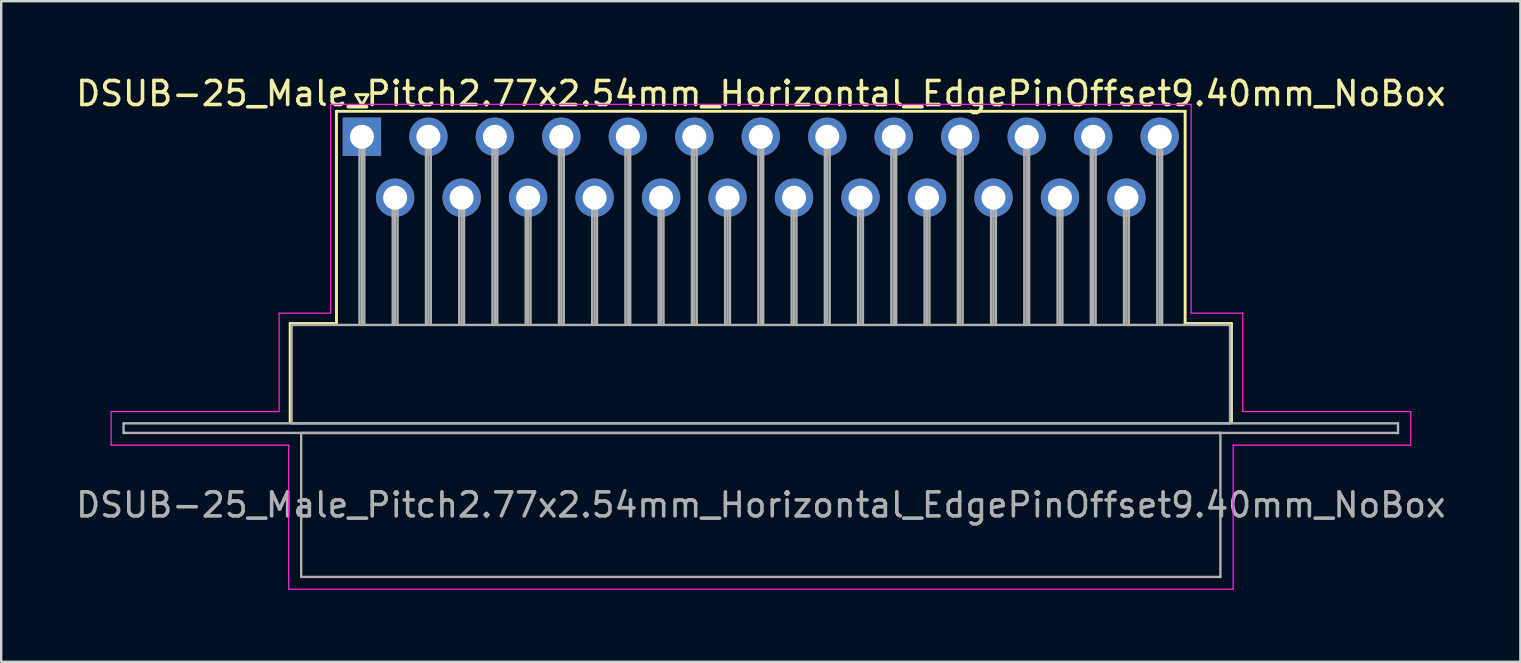
<source format=kicad_pcb>
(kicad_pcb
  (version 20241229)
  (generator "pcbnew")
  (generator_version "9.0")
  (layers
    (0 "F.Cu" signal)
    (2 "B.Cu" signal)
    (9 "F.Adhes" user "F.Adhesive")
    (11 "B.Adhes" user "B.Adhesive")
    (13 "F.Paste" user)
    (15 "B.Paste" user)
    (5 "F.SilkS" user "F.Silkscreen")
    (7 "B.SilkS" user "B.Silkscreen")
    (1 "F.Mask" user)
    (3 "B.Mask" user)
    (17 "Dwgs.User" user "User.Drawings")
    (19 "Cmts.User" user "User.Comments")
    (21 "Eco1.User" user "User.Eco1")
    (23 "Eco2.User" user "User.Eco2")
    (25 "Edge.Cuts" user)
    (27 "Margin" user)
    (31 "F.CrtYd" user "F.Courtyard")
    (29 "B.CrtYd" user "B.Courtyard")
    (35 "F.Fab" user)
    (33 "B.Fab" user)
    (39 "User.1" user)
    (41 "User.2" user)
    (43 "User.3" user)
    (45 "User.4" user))
  (footprint "DSUB-25_Male_Pitch2.77x2.54mm_Horizontal_EdgePinOffset9.40mm_NoBox"
    (layer "F.Cu")
    (at 12.029 2.648)
    (property "Reference" "DSUB-25_Male_Pitch2.77x2.54mm_Horizontal_EdgePinOffset9.40mm_NoBox" (at 16.62 -1.8 0) (layer "F.SilkS") (effects (font (size 1 1) (thickness 0.15))))
    (attr through_hole)
    (fp_line (start -2.99 7.78) (end -1.06 7.78) (stroke (width 0.12) (type solid)) (layer "F.SilkS"))
    (fp_line (start -2.99 11.88) (end -2.99 7.78) (stroke (width 0.12) (type solid)) (layer "F.SilkS"))
    (fp_line (start -1.06 -1.06) (end 34.3 -1.06) (stroke (width 0.12) (type solid)) (layer "F.SilkS"))
    (fp_line (start -1.06 7.78) (end -1.06 -1.06) (stroke (width 0.12) (type solid)) (layer "F.SilkS"))
    (fp_line (start -0.25 -1.754) (end 0.25 -1.754) (stroke (width 0.12) (type solid)) (layer "F.SilkS"))
    (fp_line (start 0 -1.321) (end -0.25 -1.754) (stroke (width 0.12) (type solid)) (layer "F.SilkS"))
    (fp_line (start 0.25 -1.754) (end 0 -1.321) (stroke (width 0.12) (type solid)) (layer "F.SilkS"))
    (fp_line (start 34.3 -1.06) (end 34.3 7.78) (stroke (width 0.12) (type solid)) (layer "F.SilkS"))
    (fp_line (start 34.3 7.78) (end 36.23 7.78) (stroke (width 0.12) (type solid)) (layer "F.SilkS"))
    (fp_line (start 36.23 7.78) (end 36.23 11.88) (stroke (width 0.12) (type solid)) (layer "F.SilkS"))
    (fp_line (start -10.45 11.45) (end -3.45 11.45) (stroke (width 0.05) (type solid)) (layer "F.CrtYd"))
    (fp_line (start -10.45 12.85) (end -10.45 11.45) (stroke (width 0.05) (type solid)) (layer "F.CrtYd"))
    (fp_line (start -3.45 7.35) (end -1.3 7.35) (stroke (width 0.05) (type solid)) (layer "F.CrtYd"))
    (fp_line (start -3.45 11.45) (end -3.45 7.35) (stroke (width 0.05) (type solid)) (layer "F.CrtYd"))
    (fp_line (start -3.05 12.85) (end -10.45 12.85) (stroke (width 0.05) (type solid)) (layer "F.CrtYd"))
    (fp_line (start -3.05 18.85) (end -3.05 12.85) (stroke (width 0.05) (type solid)) (layer "F.CrtYd"))
    (fp_line (start -1.3 -1.35) (end 34.55 -1.35) (stroke (width 0.05) (type solid)) (layer "F.CrtYd"))
    (fp_line (start -1.3 7.35) (end -1.3 -1.35) (stroke (width 0.05) (type solid)) (layer "F.CrtYd"))
    (fp_line (start 34.55 -1.35) (end 34.55 7.35) (stroke (width 0.05) (type solid)) (layer "F.CrtYd"))
    (fp_line (start 34.55 7.35) (end 36.7 7.35) (stroke (width 0.05) (type solid)) (layer "F.CrtYd"))
    (fp_line (start 36.3 12.85) (end 36.3 18.85) (stroke (width 0.05) (type solid)) (layer "F.CrtYd"))
    (fp_line (start 36.3 18.85) (end -3.05 18.85) (stroke (width 0.05) (type solid)) (layer "F.CrtYd"))
    (fp_line (start 36.7 7.35) (end 36.7 11.45) (stroke (width 0.05) (type solid)) (layer "F.CrtYd"))
    (fp_line (start 36.7 11.45) (end 43.7 11.45) (stroke (width 0.05) (type solid)) (layer "F.CrtYd"))
    (fp_line (start 43.7 11.45) (end 43.7 12.85) (stroke (width 0.05) (type solid)) (layer "F.CrtYd"))
    (fp_line (start 43.7 12.85) (end 36.3 12.85) (stroke (width 0.05) (type solid)) (layer "F.CrtYd"))
    (fp_line (start -9.93 11.94) (end -9.93 12.34) (stroke (width 0.1) (type solid)) (layer "F.Fab"))
    (fp_line (start -9.93 12.34) (end 43.17 12.34) (stroke (width 0.1) (type solid)) (layer "F.Fab"))
    (fp_line (start -2.93 7.84) (end -2.93 11.94) (stroke (width 0.1) (type solid)) (layer "F.Fab"))
    (fp_line (start -2.93 11.94) (end 36.17 11.94) (stroke (width 0.1) (type solid)) (layer "F.Fab"))
    (fp_line (start -2.53 12.34) (end -2.53 18.34) (stroke (width 0.1) (type solid)) (layer "F.Fab"))
    (fp_line (start -2.53 18.34) (end 35.77 18.34) (stroke (width 0.1) (type solid)) (layer "F.Fab"))
    (fp_line (start -0.1 0) (end -0.1 7.84) (stroke (width 0.1) (type solid)) (layer "F.Fab"))
    (fp_line (start 0 0) (end 0 7.84) (stroke (width 0.1) (type solid)) (layer "F.Fab"))
    (fp_line (start 0.1 0) (end 0.1 7.84) (stroke (width 0.1) (type solid)) (layer "F.Fab"))
    (fp_line (start 1.285 2.54) (end 1.285 7.84) (stroke (width 0.1) (type solid)) (layer "F.Fab"))
    (fp_line (start 1.385 2.54) (end 1.385 7.84) (stroke (width 0.1) (type solid)) (layer "F.Fab"))
    (fp_line (start 1.485 2.54) (end 1.485 7.84) (stroke (width 0.1) (type solid)) (layer "F.Fab"))
    (fp_line (start 2.67 0) (end 2.67 7.84) (stroke (width 0.1) (type solid)) (layer "F.Fab"))
    (fp_line (start 2.77 0) (end 2.77 7.84) (stroke (width 0.1) (type solid)) (layer "F.Fab"))
    (fp_line (start 2.87 0) (end 2.87 7.84) (stroke (width 0.1) (type solid)) (layer "F.Fab"))
    (fp_line (start 4.055 2.54) (end 4.055 7.84) (stroke (width 0.1) (type solid)) (layer "F.Fab"))
    (fp_line (start 4.155 2.54) (end 4.155 7.84) (stroke (width 0.1) (type solid)) (layer "F.Fab"))
    (fp_line (start 4.255 2.54) (end 4.255 7.84) (stroke (width 0.1) (type solid)) (layer "F.Fab"))
    (fp_line (start 5.44 0) (end 5.44 7.84) (stroke (width 0.1) (type solid)) (layer "F.Fab"))
    (fp_line (start 5.54 0) (end 5.54 7.84) (stroke (width 0.1) (type solid)) (layer "F.Fab"))
    (fp_line (start 5.64 0) (end 5.64 7.84) (stroke (width 0.1) (type solid)) (layer "F.Fab"))
    (fp_line (start 6.825 2.54) (end 6.825 7.84) (stroke (width 0.1) (type solid)) (layer "F.Fab"))
    (fp_line (start 6.925 2.54) (end 6.925 7.84) (stroke (width 0.1) (type solid)) (layer "F.Fab"))
    (fp_line (start 7.025 2.54) (end 7.025 7.84) (stroke (width 0.1) (type solid)) (layer "F.Fab"))
    (fp_line (start 8.21 0) (end 8.21 7.84) (stroke (width 0.1) (type solid)) (layer "F.Fab"))
    (fp_line (start 8.31 0) (end 8.31 7.84) (stroke (width 0.1) (type solid)) (layer "F.Fab"))
    (fp_line (start 8.41 0) (end 8.41 7.84) (stroke (width 0.1) (type solid)) (layer "F.Fab"))
    (fp_line (start 9.595 2.54) (end 9.595 7.84) (stroke (width 0.1) (type solid)) (layer "F.Fab"))
    (fp_line (start 9.695 2.54) (end 9.695 7.84) (stroke (width 0.1) (type solid)) (layer "F.Fab"))
    (fp_line (start 9.795 2.54) (end 9.795 7.84) (stroke (width 0.1) (type solid)) (layer "F.Fab"))
    (fp_line (start 10.98 0) (end 10.98 7.84) (stroke (width 0.1) (type solid)) (layer "F.Fab"))
    (fp_line (start 11.08 0) (end 11.08 7.84) (stroke (width 0.1) (type solid)) (layer "F.Fab"))
    (fp_line (start 11.18 0) (end 11.18 7.84) (stroke (width 0.1) (type solid)) (layer "F.Fab"))
    (fp_line (start 12.365 2.54) (end 12.365 7.84) (stroke (width 0.1) (type solid)) (layer "F.Fab"))
    (fp_line (start 12.465 2.54) (end 12.465 7.84) (stroke (width 0.1) (type solid)) (layer "F.Fab"))
    (fp_line (start 12.565 2.54) (end 12.565 7.84) (stroke (width 0.1) (type solid)) (layer "F.Fab"))
    (fp_line (start 13.75 0) (end 13.75 7.84) (stroke (width 0.1) (type solid)) (layer "F.Fab"))
    (fp_line (start 13.85 0) (end 13.85 7.84) (stroke (width 0.1) (type solid)) (layer "F.Fab"))
    (fp_line (start 13.95 0) (end 13.95 7.84) (stroke (width 0.1) (type solid)) (layer "F.Fab"))
    (fp_line (start 15.135 2.54) (end 15.135 7.84) (stroke (width 0.1) (type solid)) (layer "F.Fab"))
    (fp_line (start 15.235 2.54) (end 15.235 7.84) (stroke (width 0.1) (type solid)) (layer "F.Fab"))
    (fp_line (start 15.335 2.54) (end 15.335 7.84) (stroke (width 0.1) (type solid)) (layer "F.Fab"))
    (fp_line (start 16.52 0) (end 16.52 7.84) (stroke (width 0.1) (type solid)) (layer "F.Fab"))
    (fp_line (start 16.62 0) (end 16.62 7.84) (stroke (width 0.1) (type solid)) (layer "F.Fab"))
    (fp_line (start 16.72 0) (end 16.72 7.84) (stroke (width 0.1) (type solid)) (layer "F.Fab"))
    (fp_line (start 17.905 2.54) (end 17.905 7.84) (stroke (width 0.1) (type solid)) (layer "F.Fab"))
    (fp_line (start 18.005 2.54) (end 18.005 7.84) (stroke (width 0.1) (type solid)) (layer "F.Fab"))
    (fp_line (start 18.105 2.54) (end 18.105 7.84) (stroke (width 0.1) (type solid)) (layer "F.Fab"))
    (fp_line (start 19.29 0) (end 19.29 7.84) (stroke (width 0.1) (type solid)) (layer "F.Fab"))
    (fp_line (start 19.39 0) (end 19.39 7.84) (stroke (width 0.1) (type solid)) (layer "F.Fab"))
    (fp_line (start 19.49 0) (end 19.49 7.84) (stroke (width 0.1) (type solid)) (layer "F.Fab"))
    (fp_line (start 20.675 2.54) (end 20.675 7.84) (stroke (width 0.1) (type solid)) (layer "F.Fab"))
    (fp_line (start 20.775 2.54) (end 20.775 7.84) (stroke (width 0.1) (type solid)) (layer "F.Fab"))
    (fp_line (start 20.875 2.54) (end 20.875 7.84) (stroke (width 0.1) (type solid)) (layer "F.Fab"))
    (fp_line (start 22.06 0) (end 22.06 7.84) (stroke (width 0.1) (type solid)) (layer "F.Fab"))
    (fp_line (start 22.16 0) (end 22.16 7.84) (stroke (width 0.1) (type solid)) (layer "F.Fab"))
    (fp_line (start 22.26 0) (end 22.26 7.84) (stroke (width 0.1) (type solid)) (layer "F.Fab"))
    (fp_line (start 23.445 2.54) (end 23.445 7.84) (stroke (width 0.1) (type solid)) (layer "F.Fab"))
    (fp_line (start 23.545 2.54) (end 23.545 7.84) (stroke (width 0.1) (type solid)) (layer "F.Fab"))
    (fp_line (start 23.645 2.54) (end 23.645 7.84) (stroke (width 0.1) (type solid)) (layer "F.Fab"))
    (fp_line (start 24.83 0) (end 24.83 7.84) (stroke (width 0.1) (type solid)) (layer "F.Fab"))
    (fp_line (start 24.93 0) (end 24.93 7.84) (stroke (width 0.1) (type solid)) (layer "F.Fab"))
    (fp_line (start 25.03 0) (end 25.03 7.84) (stroke (width 0.1) (type solid)) (layer "F.Fab"))
    (fp_line (start 26.215 2.54) (end 26.215 7.84) (stroke (width 0.1) (type solid)) (layer "F.Fab"))
    (fp_line (start 26.315 2.54) (end 26.315 7.84) (stroke (width 0.1) (type solid)) (layer "F.Fab"))
    (fp_line (start 26.415 2.54) (end 26.415 7.84) (stroke (width 0.1) (type solid)) (layer "F.Fab"))
    (fp_line (start 27.6 0) (end 27.6 7.84) (stroke (width 0.1) (type solid)) (layer "F.Fab"))
    (fp_line (start 27.7 0) (end 27.7 7.84) (stroke (width 0.1) (type solid)) (layer "F.Fab"))
    (fp_line (start 27.8 0) (end 27.8 7.84) (stroke (width 0.1) (type solid)) (layer "F.Fab"))
    (fp_line (start 28.985 2.54) (end 28.985 7.84) (stroke (width 0.1) (type solid)) (layer "F.Fab"))
    (fp_line (start 29.085 2.54) (end 29.085 7.84) (stroke (width 0.1) (type solid)) (layer "F.Fab"))
    (fp_line (start 29.185 2.54) (end 29.185 7.84) (stroke (width 0.1) (type solid)) (layer "F.Fab"))
    (fp_line (start 30.37 0) (end 30.37 7.84) (stroke (width 0.1) (type solid)) (layer "F.Fab"))
    (fp_line (start 30.47 0) (end 30.47 7.84) (stroke (width 0.1) (type solid)) (layer "F.Fab"))
    (fp_line (start 30.57 0) (end 30.57 7.84) (stroke (width 0.1) (type solid)) (layer "F.Fab"))
    (fp_line (start 31.755 2.54) (end 31.755 7.84) (stroke (width 0.1) (type solid)) (layer "F.Fab"))
    (fp_line (start 31.855 2.54) (end 31.855 7.84) (stroke (width 0.1) (type solid)) (layer "F.Fab"))
    (fp_line (start 31.955 2.54) (end 31.955 7.84) (stroke (width 0.1) (type solid)) (layer "F.Fab"))
    (fp_line (start 33.14 0) (end 33.14 7.84) (stroke (width 0.1) (type solid)) (layer "F.Fab"))
    (fp_line (start 33.24 0) (end 33.24 7.84) (stroke (width 0.1) (type solid)) (layer "F.Fab"))
    (fp_line (start 33.34 0) (end 33.34 7.84) (stroke (width 0.1) (type solid)) (layer "F.Fab"))
    (fp_line (start 35.77 12.34) (end -2.53 12.34) (stroke (width 0.1) (type solid)) (layer "F.Fab"))
    (fp_line (start 35.77 18.34) (end 35.77 12.34) (stroke (width 0.1) (type solid)) (layer "F.Fab"))
    (fp_line (start 36.17 7.84) (end -2.93 7.84) (stroke (width 0.1) (type solid)) (layer "F.Fab"))
    (fp_line (start 36.17 11.94) (end 36.17 7.84) (stroke (width 0.1) (type solid)) (layer "F.Fab"))
    (fp_line (start 43.17 11.94) (end -9.93 11.94) (stroke (width 0.1) (type solid)) (layer "F.Fab"))
    (fp_line (start 43.17 12.34) (end 43.17 11.94) (stroke (width 0.1) (type solid)) (layer "F.Fab"))
    (fp_text user "${REFERENCE}" (at 16.62 15.34 0) (layer "F.Fab") (effects (font (size 1 1) (thickness 0.15))))
    (pad "1" thru_hole rect (at 0 0) (size 1.6 1.6) (drill 1) (layers "*.Cu" "*.Mask"))
    (pad "2" thru_hole circle (at 2.77 0) (size 1.6 1.6) (drill 1) (layers "*.Cu" "*.Mask"))
    (pad "3" thru_hole circle (at 5.54 0) (size 1.6 1.6) (drill 1) (layers "*.Cu" "*.Mask"))
    (pad "4" thru_hole circle (at 8.31 0) (size 1.6 1.6) (drill 1) (layers "*.Cu" "*.Mask"))
    (pad "5" thru_hole circle (at 11.08 0) (size 1.6 1.6) (drill 1) (layers "*.Cu" "*.Mask"))
    (pad "6" thru_hole circle (at 13.85 0) (size 1.6 1.6) (drill 1) (layers "*.Cu" "*.Mask"))
    (pad "7" thru_hole circle (at 16.62 0) (size 1.6 1.6) (drill 1) (layers "*.Cu" "*.Mask"))
    (pad "8" thru_hole circle (at 19.39 0) (size 1.6 1.6) (drill 1) (layers "*.Cu" "*.Mask"))
    (pad "9" thru_hole circle (at 22.16 0) (size 1.6 1.6) (drill 1) (layers "*.Cu" "*.Mask"))
    (pad "10" thru_hole circle (at 24.93 0) (size 1.6 1.6) (drill 1) (layers "*.Cu" "*.Mask"))
    (pad "11" thru_hole circle (at 27.7 0) (size 1.6 1.6) (drill 1) (layers "*.Cu" "*.Mask"))
    (pad "12" thru_hole circle (at 30.47 0) (size 1.6 1.6) (drill 1) (layers "*.Cu" "*.Mask"))
    (pad "13" thru_hole circle (at 33.24 0) (size 1.6 1.6) (drill 1) (layers "*.Cu" "*.Mask"))
    (pad "14" thru_hole circle (at 1.385 2.54) (size 1.6 1.6) (drill 1) (layers "*.Cu" "*.Mask"))
    (pad "15" thru_hole circle (at 4.155 2.54) (size 1.6 1.6) (drill 1) (layers "*.Cu" "*.Mask"))
    (pad "16" thru_hole circle (at 6.925 2.54) (size 1.6 1.6) (drill 1) (layers "*.Cu" "*.Mask"))
    (pad "17" thru_hole circle (at 9.695 2.54) (size 1.6 1.6) (drill 1) (layers "*.Cu" "*.Mask"))
    (pad "18" thru_hole circle (at 12.465 2.54) (size 1.6 1.6) (drill 1) (layers "*.Cu" "*.Mask"))
    (pad "19" thru_hole circle (at 15.235 2.54) (size 1.6 1.6) (drill 1) (layers "*.Cu" "*.Mask"))
    (pad "20" thru_hole circle (at 18.005 2.54) (size 1.6 1.6) (drill 1) (layers "*.Cu" "*.Mask"))
    (pad "21" thru_hole circle (at 20.775 2.54) (size 1.6 1.6) (drill 1) (layers "*.Cu" "*.Mask"))
    (pad "22" thru_hole circle (at 23.545 2.54) (size 1.6 1.6) (drill 1) (layers "*.Cu" "*.Mask"))
    (pad "23" thru_hole circle (at 26.315 2.54) (size 1.6 1.6) (drill 1) (layers "*.Cu" "*.Mask"))
    (pad "24" thru_hole circle (at 29.085 2.54) (size 1.6 1.6) (drill 1) (layers "*.Cu" "*.Mask"))
    (pad "25" thru_hole circle (at 31.855 2.54) (size 1.6 1.6) (drill 1) (layers "*.Cu" "*.Mask")))
  (gr_rect
    (start -3 -3)
    (end 60.298 24.523)
    (stroke (width 0.1) (type default))
    (fill no)
    (layer "Edge.Cuts")))
</source>
